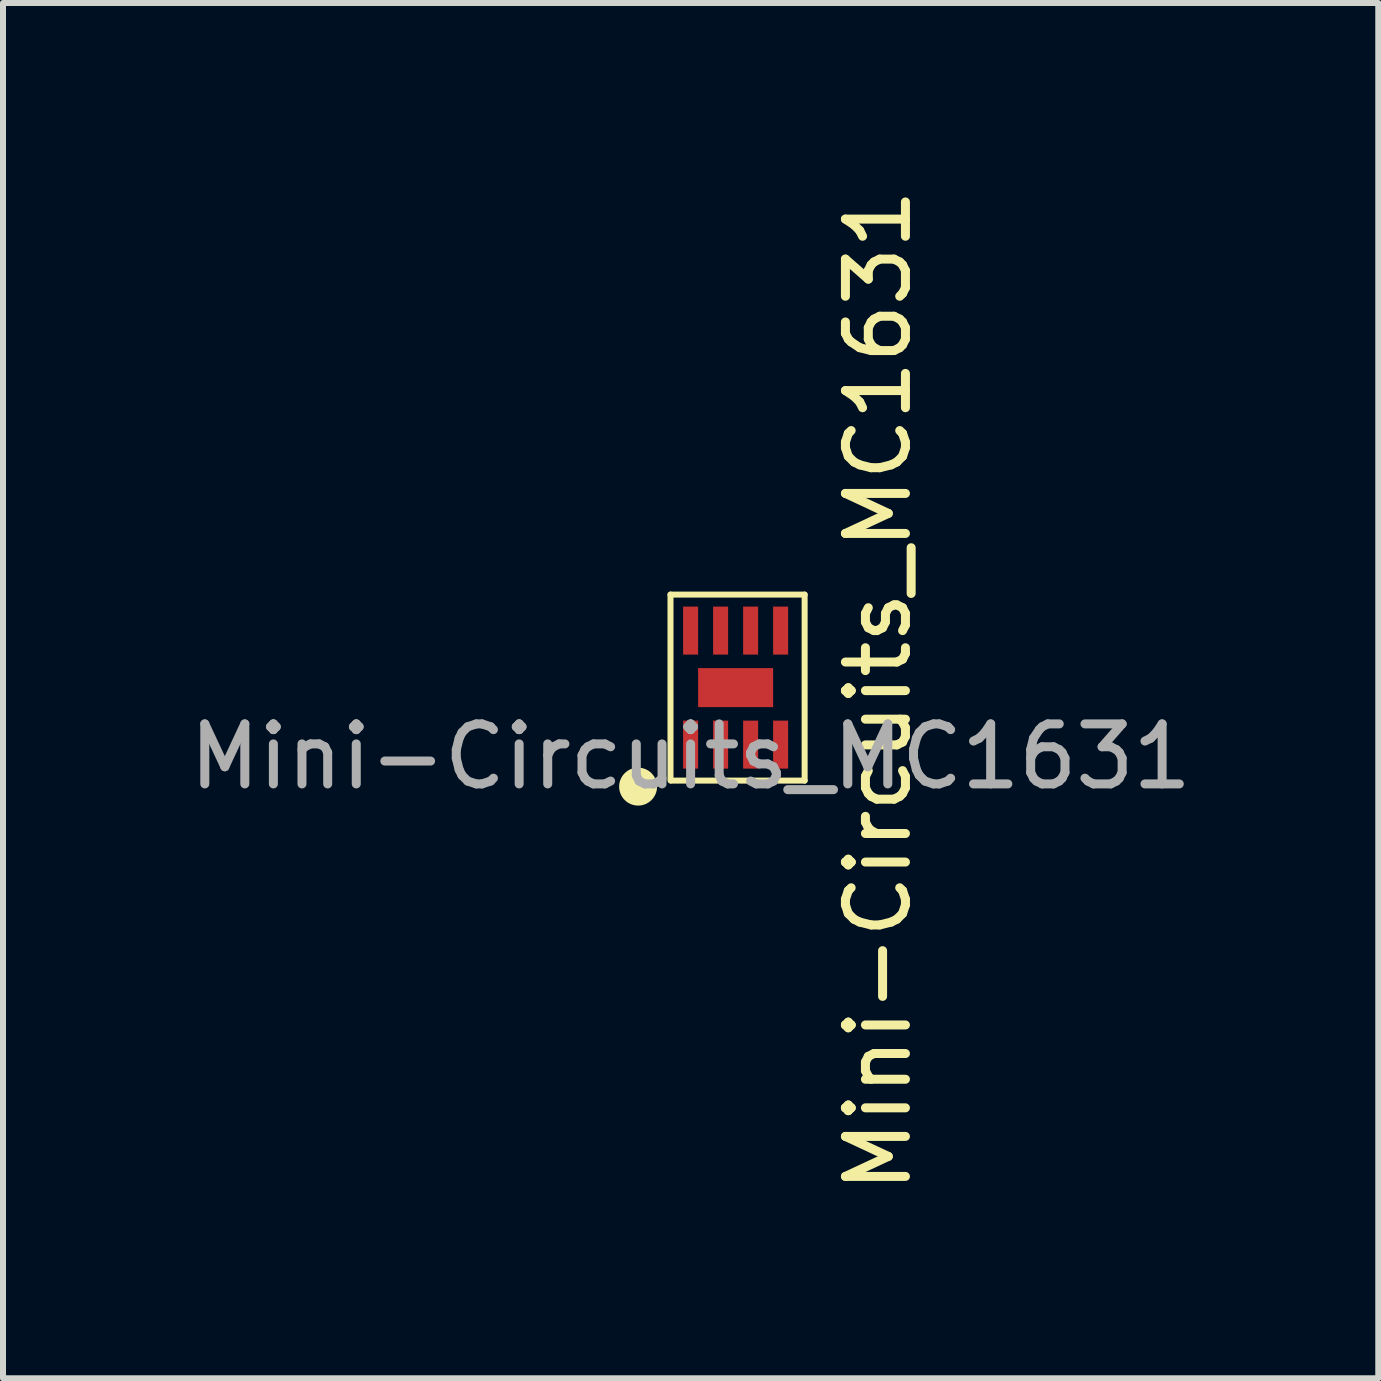
<source format=kicad_pcb>
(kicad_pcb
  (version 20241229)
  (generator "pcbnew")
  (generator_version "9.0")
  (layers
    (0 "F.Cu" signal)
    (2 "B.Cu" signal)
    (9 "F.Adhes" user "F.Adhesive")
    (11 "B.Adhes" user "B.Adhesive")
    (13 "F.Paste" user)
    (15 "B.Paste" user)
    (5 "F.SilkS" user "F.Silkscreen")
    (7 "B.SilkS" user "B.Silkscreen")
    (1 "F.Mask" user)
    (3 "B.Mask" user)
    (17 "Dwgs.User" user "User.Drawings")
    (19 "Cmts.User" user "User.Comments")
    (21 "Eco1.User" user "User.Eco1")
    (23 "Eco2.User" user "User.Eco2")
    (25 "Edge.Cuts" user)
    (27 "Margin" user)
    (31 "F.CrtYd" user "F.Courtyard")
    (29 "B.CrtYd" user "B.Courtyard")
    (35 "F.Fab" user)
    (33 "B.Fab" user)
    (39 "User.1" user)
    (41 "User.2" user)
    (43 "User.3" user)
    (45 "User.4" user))
  (footprint "Mini-Circuits_MC1631"
    (layer "F.Cu")
    (at 8.458 9.358)
    (property "Reference" "Mini-Circuits_MC1631" (at 3.125 -0.9 90) (layer "F.SilkS") (effects (font (size 1 1) (thickness 0.15))))
    (attr smd)
    (fp_line (start -0.335 -2.5) (end -0.335 0.6) (stroke (width 0.1) (type solid)) (layer "F.SilkS"))
    (fp_line (start -0.335 -2.5) (end 1.9 -2.5) (stroke (width 0.1) (type solid)) (layer "F.SilkS"))
    (fp_line (start 1.9 -2.5) (end 1.9 0.6) (stroke (width 0.1) (type solid)) (layer "F.SilkS"))
    (fp_line (start 1.9 0.6) (end -0.316 0.6) (stroke (width 0.1) (type solid)) (layer "F.SilkS"))
    (fp_circle (center -0.875 0.7) (end -0.609 0.7) (stroke (width 0.1) (type solid)) (fill yes) (layer "F.SilkS"))
    (fp_text user "${REFERENCE}" (at 0 0.2 0) (layer "F.Fab") (effects (font (size 1 1) (thickness 0.15))))
    (pad "0" smd rect (at 0.75 -0.95) (size 1.25 0.65) (layers "F.Cu" "F.Mask" "F.Paste"))
    (pad "1" smd rect (at 0 0) (size 0.25 0.8) (layers "F.Cu" "F.Mask" "F.Paste"))
    (pad "2" smd rect (at 0.5 0) (size 0.25 0.8) (layers "F.Cu" "F.Mask" "F.Paste"))
    (pad "3" smd rect (at 1 0) (size 0.25 0.8) (layers "F.Cu" "F.Mask" "F.Paste"))
    (pad "4" smd rect (at 1.5 0) (size 0.25 0.8) (layers "F.Cu" "F.Mask" "F.Paste"))
    (pad "5" smd rect (at 1.5 -1.9) (size 0.25 0.8) (layers "F.Cu" "F.Mask" "F.Paste"))
    (pad "6" smd rect (at 1 -1.9) (size 0.25 0.8) (layers "F.Cu" "F.Mask" "F.Paste"))
    (pad "7" smd rect (at 0.5 -1.9) (size 0.25 0.8) (layers "F.Cu" "F.Mask" "F.Paste"))
    (pad "8" smd rect (at 0 -1.9) (size 0.25 0.8) (layers "F.Cu" "F.Mask" "F.Paste")))
  (gr_rect
    (start -3 -3)
    (end 19.917 19.917)
    (stroke (width 0.1) (type default))
    (fill no)
    (layer "Edge.Cuts")))
</source>
